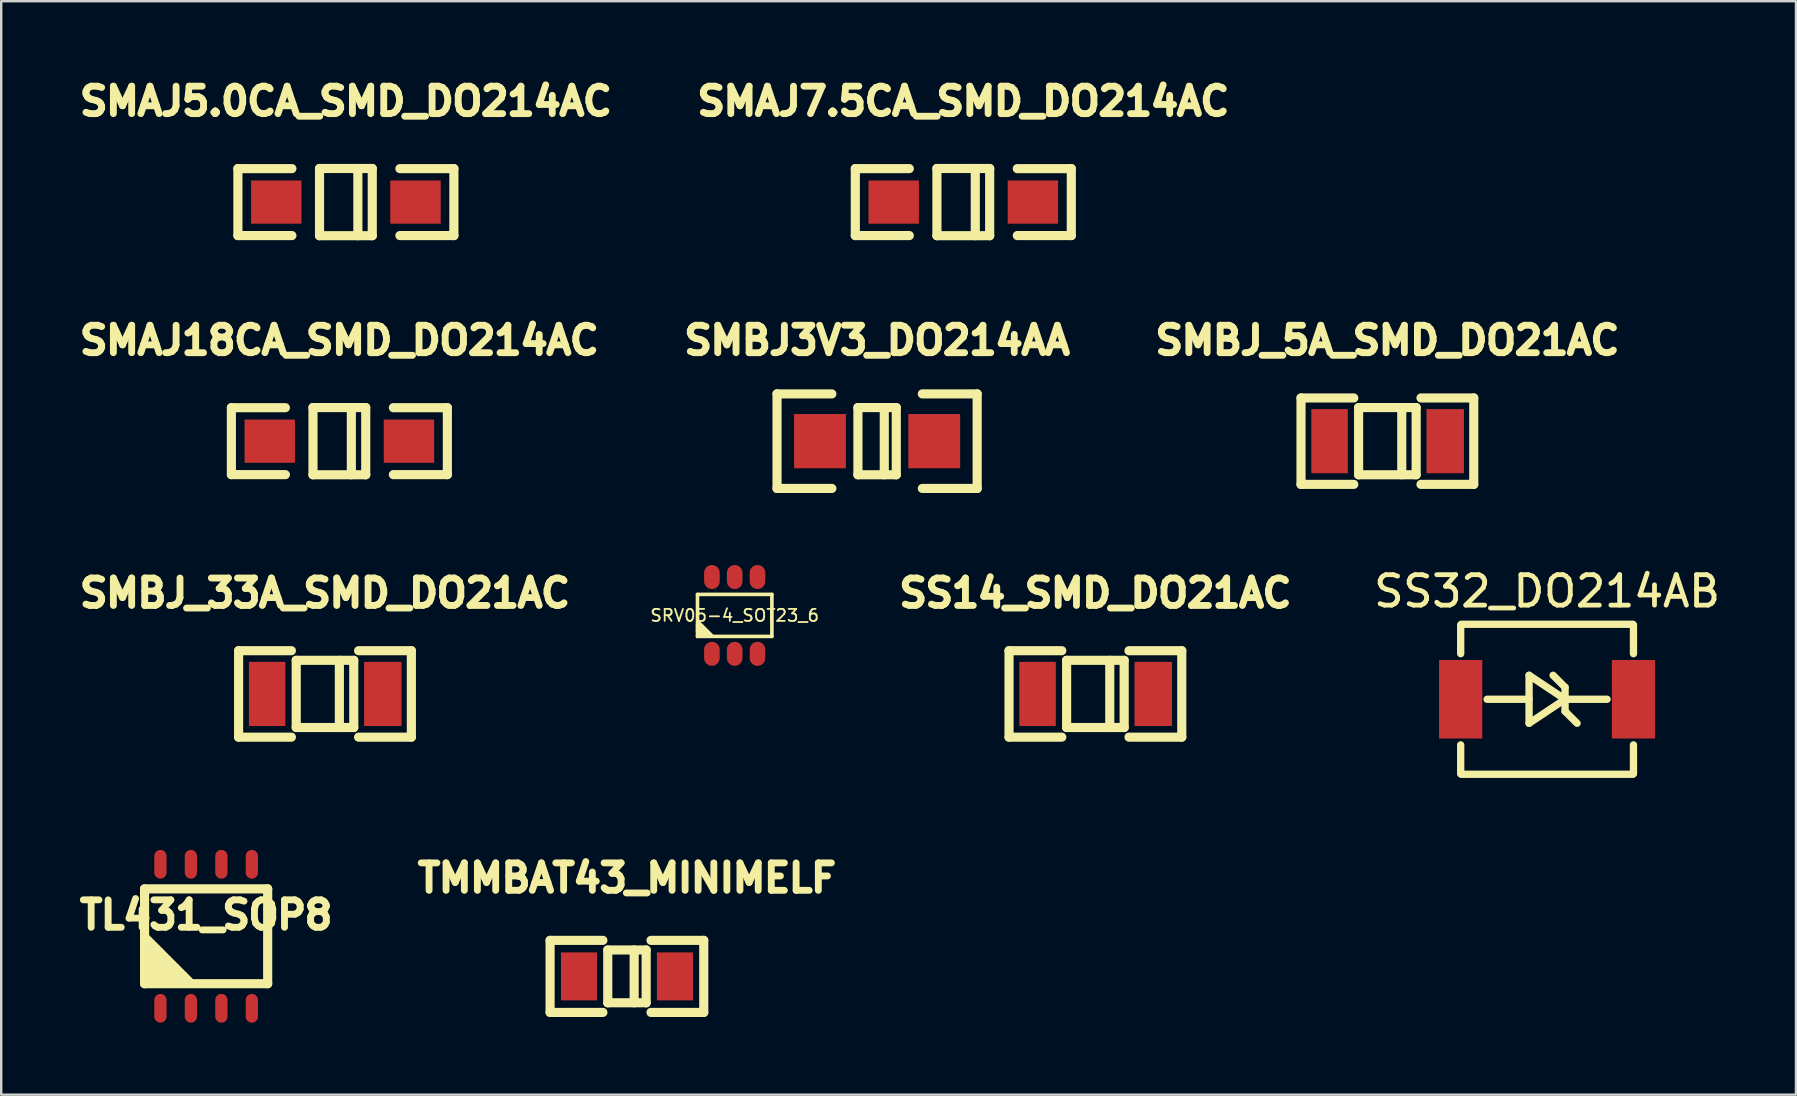
<source format=kicad_pcb>
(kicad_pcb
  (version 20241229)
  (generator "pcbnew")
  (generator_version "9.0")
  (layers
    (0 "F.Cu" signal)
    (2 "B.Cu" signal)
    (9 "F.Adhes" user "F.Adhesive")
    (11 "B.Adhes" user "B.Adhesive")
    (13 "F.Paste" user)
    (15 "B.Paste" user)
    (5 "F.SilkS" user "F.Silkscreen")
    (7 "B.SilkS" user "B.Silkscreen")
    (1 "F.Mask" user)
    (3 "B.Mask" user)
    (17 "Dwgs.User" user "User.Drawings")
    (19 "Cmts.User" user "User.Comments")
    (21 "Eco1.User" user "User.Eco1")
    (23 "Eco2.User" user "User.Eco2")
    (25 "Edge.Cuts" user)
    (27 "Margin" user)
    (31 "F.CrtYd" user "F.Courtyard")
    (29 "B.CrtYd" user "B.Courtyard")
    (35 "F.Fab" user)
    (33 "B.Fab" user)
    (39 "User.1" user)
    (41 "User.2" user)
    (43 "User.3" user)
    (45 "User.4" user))
  (footprint "SMBJ_33A_SMD_DO21AC"
    (layer "F.Cu")
    (at 10.492 25.865)
    (property "Reference" "SMBJ_33A_SMD_DO21AC" (at 0 -4.201 0) (layer "F.SilkS") (effects (font (size 1.143 1.143) (thickness 0.287))))
    (attr through_hole)
    (fp_line (start -3.599 -1.801) (end -3.599 1.801) (stroke (width 0.381) (type solid)) (layer "F.SilkS"))
    (fp_line (start -3.599 1.801) (end -1.4 1.801) (stroke (width 0.381) (type solid)) (layer "F.SilkS"))
    (fp_line (start -1.4 -1.801) (end -3.599 -1.801) (stroke (width 0.381) (type solid)) (layer "F.SilkS"))
    (fp_line (start -1.199 -1.4) (end -1.199 1.4) (stroke (width 0.381) (type solid)) (layer "F.SilkS"))
    (fp_line (start -1.199 1.4) (end 1.199 1.4) (stroke (width 0.381) (type solid)) (layer "F.SilkS"))
    (fp_line (start 0.599 -1.4) (end 0.599 1.4) (stroke (width 0.381) (type solid)) (layer "F.SilkS"))
    (fp_line (start 1.199 -1.4) (end -1.199 -1.4) (stroke (width 0.381) (type solid)) (layer "F.SilkS"))
    (fp_line (start 1.199 1.4) (end 1.199 -1.4) (stroke (width 0.381) (type solid)) (layer "F.SilkS"))
    (fp_line (start 1.4 -1.801) (end 3.599 -1.801) (stroke (width 0.381) (type solid)) (layer "F.SilkS"))
    (fp_line (start 3.599 -1.801) (end 3.599 1.801) (stroke (width 0.381) (type solid)) (layer "F.SilkS"))
    (fp_line (start 3.599 1.801) (end 1.4 1.801) (stroke (width 0.381) (type solid)) (layer "F.SilkS"))
    (pad "1" smd rect (at -2.41 0) (size 1.519 2.672) (layers "F.Cu" "F.Mask" "F.Paste"))
    (pad "2" smd rect (at 2.41 0) (size 1.56 2.672) (layers "F.Cu" "F.Mask" "F.Paste")))
  (footprint "SS32_DO214AB"
    (layer "F.Cu")
    (at 61.415 26.088)
    (property "Reference" "SS32_DO214AB" (at 0 -4.5 0) (layer "F.SilkS") (effects (font (size 1.27 1.27) (thickness 0.2))))
    (attr smd)
    (fp_line (start -3.6 -3.1) (end -3.6 -1.9) (stroke (width 0.305) (type solid)) (layer "F.SilkS"))
    (fp_line (start -3.6 3.1) (end -3.6 1.9) (stroke (width 0.305) (type solid)) (layer "F.SilkS"))
    (fp_line (start -3.575 3.125) (end 3.575 3.125) (stroke (width 0.305) (type solid)) (layer "F.SilkS"))
    (fp_line (start -0.75 -1) (end -0.75 1) (stroke (width 0.305) (type solid)) (layer "F.SilkS"))
    (fp_line (start -0.75 0) (end -2.5 0) (stroke (width 0.305) (type solid)) (layer "F.SilkS"))
    (fp_line (start -0.75 1) (end 0.75 0) (stroke (width 0.305) (type solid)) (layer "F.SilkS"))
    (fp_line (start -0.012 0.475) (end 0.623 0) (stroke (width 0.127) (type solid)) (layer "F.SilkS"))
    (fp_line (start 0.25 -1) (end 0.75 -0.5) (stroke (width 0.305) (type solid)) (layer "F.SilkS"))
    (fp_line (start 0.623 0) (end -0.012 -0.475) (stroke (width 0.127) (type solid)) (layer "F.SilkS"))
    (fp_line (start 0.75 -0.5) (end 0.75 0.5) (stroke (width 0.305) (type solid)) (layer "F.SilkS"))
    (fp_line (start 0.75 0) (end -0.75 -1) (stroke (width 0.305) (type solid)) (layer "F.SilkS"))
    (fp_line (start 0.75 0) (end 2.5 0) (stroke (width 0.305) (type solid)) (layer "F.SilkS"))
    (fp_line (start 0.75 0.5) (end 1.25 1) (stroke (width 0.305) (type solid)) (layer "F.SilkS"))
    (fp_line (start 3.575 -3.125) (end -3.575 -3.125) (stroke (width 0.305) (type solid)) (layer "F.SilkS"))
    (fp_line (start 3.6 -3.1) (end 3.6 -1.9) (stroke (width 0.305) (type solid)) (layer "F.SilkS"))
    (fp_line (start 3.6 3.1) (end 3.6 1.9) (stroke (width 0.305) (type solid)) (layer "F.SilkS"))
    (pad "1" smd rect (at 3.6 0) (size 1.801 3.27) (layers "F.Cu" "F.Mask" "F.Paste"))
    (pad "2" smd rect (at -3.6 0) (size 1.801 3.27) (layers "F.Cu" "F.Mask" "F.Paste")))
  (footprint "SMAJ7.5CA_SMD_DO214AC"
    (layer "F.Cu")
    (at 37.09 5.371)
    (property "Reference" "SMAJ7.5CA_SMD_DO214AC" (at 0 -4.201 0) (layer "F.SilkS") (effects (font (size 1.143 1.143) (thickness 0.287))))
    (attr through_hole)
    (fp_line (start -4.5 -1.395) (end -4.5 1.395) (stroke (width 0.381) (type solid)) (layer "F.SilkS"))
    (fp_line (start -4.5 1.395) (end -2.25 1.395) (stroke (width 0.381) (type solid)) (layer "F.SilkS"))
    (fp_line (start -2.25 -1.395) (end -4.5 -1.395) (stroke (width 0.381) (type solid)) (layer "F.SilkS"))
    (fp_line (start -1.1 -1.4) (end 1.1 -1.4) (stroke (width 0.381) (type solid)) (layer "F.SilkS"))
    (fp_line (start -1.099 -1.4) (end -1.099 1.4) (stroke (width 0.381) (type solid)) (layer "F.SilkS"))
    (fp_line (start 0.499 -1.4) (end 0.499 1.4) (stroke (width 0.381) (type solid)) (layer "F.SilkS"))
    (fp_line (start 1.099 1.4) (end 1.099 -1.4) (stroke (width 0.381) (type solid)) (layer "F.SilkS"))
    (fp_line (start 1.1 1.4) (end -1.1 1.4) (stroke (width 0.381) (type solid)) (layer "F.SilkS"))
    (fp_line (start 2.25 -1.395) (end 4.5 -1.395) (stroke (width 0.381) (type solid)) (layer "F.SilkS"))
    (fp_line (start 4.5 -1.395) (end 4.5 1.395) (stroke (width 0.381) (type solid)) (layer "F.SilkS"))
    (fp_line (start 4.5 1.395) (end 2.25 1.395) (stroke (width 0.381) (type solid)) (layer "F.SilkS"))
    (pad "1" smd rect (at -2.9 0) (size 2.1 1.8) (layers "F.Cu" "F.Mask" "F.Paste"))
    (pad "2" smd rect (at 2.9 0) (size 2.1 1.8) (layers "F.Cu" "F.Mask" "F.Paste")))
  (footprint "TMMBAT43_MINIMELF"
    (layer "F.Cu")
    (at 23.075 37.635)
    (property "Reference" "TMMBAT43_MINIMELF" (at 0 -4.1 0) (layer "F.SilkS") (effects (font (size 1.143 1.143) (thickness 0.287))))
    (attr through_hole)
    (fp_line (start -3.203 -1.501) (end -3.203 1.501) (stroke (width 0.381) (type solid)) (layer "F.SilkS"))
    (fp_line (start -3.203 1.501) (end -1.003 1.501) (stroke (width 0.381) (type solid)) (layer "F.SilkS"))
    (fp_line (start -1.003 -1.501) (end -3.203 -1.501) (stroke (width 0.381) (type solid)) (layer "F.SilkS"))
    (fp_line (start -0.8 -1.1) (end -0.8 1.1) (stroke (width 0.381) (type solid)) (layer "F.SilkS"))
    (fp_line (start -0.8 1.1) (end 0.8 1.1) (stroke (width 0.381) (type solid)) (layer "F.SilkS"))
    (fp_line (start 0.3 -1.1) (end 0.3 1.1) (stroke (width 0.381) (type solid)) (layer "F.SilkS"))
    (fp_line (start 0.8 -1.1) (end -0.8 -1.1) (stroke (width 0.381) (type solid)) (layer "F.SilkS"))
    (fp_line (start 0.8 1.1) (end 0.8 -1.1) (stroke (width 0.381) (type solid)) (layer "F.SilkS"))
    (fp_line (start 1.001 -1.501) (end 3.2 -1.501) (stroke (width 0.381) (type solid)) (layer "F.SilkS"))
    (fp_line (start 3.2 -1.501) (end 3.2 1.501) (stroke (width 0.381) (type solid)) (layer "F.SilkS"))
    (fp_line (start 3.2 1.501) (end 1.001 1.501) (stroke (width 0.381) (type solid)) (layer "F.SilkS"))
    (pad "1" smd rect (at -1.999 0) (size 1.501 1.999) (layers "F.Cu" "F.Mask" "F.Paste"))
    (pad "2" smd rect (at 1.999 0) (size 1.501 1.999) (layers "F.Cu" "F.Mask" "F.Paste")))
  (footprint "SMBJ_5A_SMD_DO21AC"
    (layer "F.Cu")
    (at 54.761 15.333)
    (property "Reference" "SMBJ_5A_SMD_DO21AC" (at 0 -4.201 0) (layer "F.SilkS") (effects (font (size 1.143 1.143) (thickness 0.287))))
    (attr through_hole)
    (fp_line (start -3.599 -1.801) (end -3.599 1.801) (stroke (width 0.381) (type solid)) (layer "F.SilkS"))
    (fp_line (start -3.599 1.801) (end -1.4 1.801) (stroke (width 0.381) (type solid)) (layer "F.SilkS"))
    (fp_line (start -1.4 -1.801) (end -3.599 -1.801) (stroke (width 0.381) (type solid)) (layer "F.SilkS"))
    (fp_line (start -1.199 -1.4) (end -1.199 1.4) (stroke (width 0.381) (type solid)) (layer "F.SilkS"))
    (fp_line (start -1.199 1.4) (end 1.199 1.4) (stroke (width 0.381) (type solid)) (layer "F.SilkS"))
    (fp_line (start 0.599 -1.4) (end 0.599 1.4) (stroke (width 0.381) (type solid)) (layer "F.SilkS"))
    (fp_line (start 1.199 -1.4) (end -1.199 -1.4) (stroke (width 0.381) (type solid)) (layer "F.SilkS"))
    (fp_line (start 1.199 1.4) (end 1.199 -1.4) (stroke (width 0.381) (type solid)) (layer "F.SilkS"))
    (fp_line (start 1.4 -1.801) (end 3.599 -1.801) (stroke (width 0.381) (type solid)) (layer "F.SilkS"))
    (fp_line (start 3.599 -1.801) (end 3.599 1.801) (stroke (width 0.381) (type solid)) (layer "F.SilkS"))
    (fp_line (start 3.599 1.801) (end 1.4 1.801) (stroke (width 0.381) (type solid)) (layer "F.SilkS"))
    (pad "1" smd rect (at -2.41 0) (size 1.519 2.672) (layers "F.Cu" "F.Mask" "F.Paste"))
    (pad "2" smd rect (at 2.41 0) (size 1.56 2.672) (layers "F.Cu" "F.Mask" "F.Paste")))
  (footprint "SS14_SMD_DO21AC"
    (layer "F.Cu")
    (at 42.594 25.865)
    (property "Reference" "SS14_SMD_DO21AC" (at 0 -4.201 0) (layer "F.SilkS") (effects (font (size 1.143 1.143) (thickness 0.287))))
    (attr through_hole)
    (fp_line (start -3.599 -1.801) (end -3.599 1.801) (stroke (width 0.381) (type solid)) (layer "F.SilkS"))
    (fp_line (start -3.599 1.801) (end -1.4 1.801) (stroke (width 0.381) (type solid)) (layer "F.SilkS"))
    (fp_line (start -1.4 -1.801) (end -3.599 -1.801) (stroke (width 0.381) (type solid)) (layer "F.SilkS"))
    (fp_line (start -1.199 -1.4) (end -1.199 1.4) (stroke (width 0.381) (type solid)) (layer "F.SilkS"))
    (fp_line (start -1.199 1.4) (end 1.199 1.4) (stroke (width 0.381) (type solid)) (layer "F.SilkS"))
    (fp_line (start 0.599 -1.4) (end 0.599 1.4) (stroke (width 0.381) (type solid)) (layer "F.SilkS"))
    (fp_line (start 1.199 -1.4) (end -1.199 -1.4) (stroke (width 0.381) (type solid)) (layer "F.SilkS"))
    (fp_line (start 1.199 1.4) (end 1.199 -1.4) (stroke (width 0.381) (type solid)) (layer "F.SilkS"))
    (fp_line (start 1.4 -1.801) (end 3.599 -1.801) (stroke (width 0.381) (type solid)) (layer "F.SilkS"))
    (fp_line (start 3.599 -1.801) (end 3.599 1.801) (stroke (width 0.381) (type solid)) (layer "F.SilkS"))
    (fp_line (start 3.599 1.801) (end 1.4 1.801) (stroke (width 0.381) (type solid)) (layer "F.SilkS"))
    (pad "1" smd rect (at -2.41 0) (size 1.519 2.672) (layers "F.Cu" "F.Mask" "F.Paste"))
    (pad "2" smd rect (at 2.41 0) (size 1.56 2.672) (layers "F.Cu" "F.Mask" "F.Paste")))
  (footprint "SMBJ3V3_DO214AA"
    (layer "F.Cu")
    (at 33.498 15.333)
    (property "Reference" "SMBJ3V3_DO214AA" (at 0 -4.201 0) (layer "F.SilkS") (effects (font (size 1.143 1.143) (thickness 0.286))))
    (attr through_hole)
    (fp_line (start -4.17 -1.97) (end -4.17 1.97) (stroke (width 0.381) (type solid)) (layer "F.SilkS"))
    (fp_line (start -4.17 1.97) (end -1.885 1.97) (stroke (width 0.381) (type solid)) (layer "F.SilkS"))
    (fp_line (start -1.885 -1.97) (end -4.17 -1.97) (stroke (width 0.381) (type solid)) (layer "F.SilkS"))
    (fp_line (start -0.8 -1.4) (end 0.8 -1.4) (stroke (width 0.381) (type solid)) (layer "F.SilkS"))
    (fp_line (start -0.8 1.4) (end 0.8 1.4) (stroke (width 0.381) (type solid)) (layer "F.SilkS"))
    (fp_line (start -0.799 -1.4) (end -0.799 1.4) (stroke (width 0.381) (type solid)) (layer "F.SilkS"))
    (fp_line (start 0.299 -1.4) (end 0.299 1.4) (stroke (width 0.381) (type solid)) (layer "F.SilkS"))
    (fp_line (start 0.799 1.4) (end 0.799 -1.4) (stroke (width 0.381) (type solid)) (layer "F.SilkS"))
    (fp_line (start 1.885 -1.97) (end 4.17 -1.97) (stroke (width 0.381) (type solid)) (layer "F.SilkS"))
    (fp_line (start 4.17 -1.97) (end 4.17 1.97) (stroke (width 0.381) (type solid)) (layer "F.SilkS"))
    (fp_line (start 4.17 1.97) (end 1.885 1.97) (stroke (width 0.381) (type solid)) (layer "F.SilkS"))
    (pad "1" smd rect (at -2.38 0) (size 2.16 2.26) (layers "F.Cu" "F.Mask" "F.Paste"))
    (pad "2" smd rect (at 2.38 0) (size 2.16 2.26) (layers "F.Cu" "F.Mask" "F.Paste")))
  (footprint "TL431_SOP8"
    (layer "F.Cu")
    (at 5.539 35.964)
    (property "Reference" "TL431_SOP8" (at 0 -0.889 0) (layer "F.SilkS") (effects (font (size 1.143 1.143) (thickness 0.287))))
    (attr smd)
    (fp_line (start -2.565 -1.976) (end -2.565 1.976) (stroke (width 0.381) (type solid)) (layer "F.SilkS"))
    (fp_line (start -2.565 1.976) (end 2.565 1.976) (stroke (width 0.381) (type solid)) (layer "F.SilkS"))
    (fp_line (start -2.499 0.099) (end -0.701 1.9) (stroke (width 0.381) (type solid)) (layer "F.SilkS"))
    (fp_line (start -2.499 0.399) (end -1.001 1.9) (stroke (width 0.381) (type solid)) (layer "F.SilkS"))
    (fp_line (start -2.499 0.701) (end -1.4 1.801) (stroke (width 0.381) (type solid)) (layer "F.SilkS"))
    (fp_line (start -2.499 1.1) (end -1.699 1.9) (stroke (width 0.381) (type solid)) (layer "F.SilkS"))
    (fp_line (start -2.499 1.4) (end -1.999 1.9) (stroke (width 0.381) (type solid)) (layer "F.SilkS"))
    (fp_line (start 2.565 -1.976) (end -2.565 -1.976) (stroke (width 0.381) (type solid)) (layer "F.SilkS"))
    (fp_line (start 2.565 1.976) (end 2.565 -1.976) (stroke (width 0.381) (type solid)) (layer "F.SilkS"))
    (pad "A" smd oval (at -0.635 -3) (size 0.511 1.199) (layers "F.Cu" "F.Mask" "F.Paste"))
    (pad "A" smd oval (at -0.635 3) (size 0.511 1.199) (layers "F.Cu" "F.Mask" "F.Paste"))
    (pad "A" smd oval (at 0.635 -3) (size 0.511 1.199) (layers "F.Cu" "F.Mask" "F.Paste"))
    (pad "A" smd oval (at 0.635 3) (size 0.511 1.199) (layers "F.Cu" "F.Mask" "F.Paste"))
    (pad "C" smd oval (at -1.905 3) (size 0.511 1.199) (layers "F.Cu" "F.Mask" "F.Paste"))
    (pad "NC" smd oval (at 1.905 -3) (size 0.511 1.199) (layers "F.Cu" "F.Mask" "F.Paste"))
    (pad "NC" smd oval (at 1.905 3) (size 0.511 1.199) (layers "F.Cu" "F.Mask" "F.Paste"))
    (pad "R" smd oval (at -1.905 -3) (size 0.511 1.199) (layers "F.Cu" "F.Mask" "F.Paste")))
  (footprint "SMAJ5.0CA_SMD_DO214AC"
    (layer "F.Cu")
    (at 11.363 5.371)
    (property "Reference" "SMAJ5.0CA_SMD_DO214AC" (at 0 -4.201 0) (layer "F.SilkS") (effects (font (size 1.143 1.143) (thickness 0.287))))
    (attr through_hole)
    (fp_line (start -4.5 -1.395) (end -4.5 1.395) (stroke (width 0.381) (type solid)) (layer "F.SilkS"))
    (fp_line (start -4.5 1.395) (end -2.25 1.395) (stroke (width 0.381) (type solid)) (layer "F.SilkS"))
    (fp_line (start -2.25 -1.395) (end -4.5 -1.395) (stroke (width 0.381) (type solid)) (layer "F.SilkS"))
    (fp_line (start -1.1 -1.4) (end 1.1 -1.4) (stroke (width 0.381) (type solid)) (layer "F.SilkS"))
    (fp_line (start -1.099 -1.4) (end -1.099 1.4) (stroke (width 0.381) (type solid)) (layer "F.SilkS"))
    (fp_line (start 0.499 -1.4) (end 0.499 1.4) (stroke (width 0.381) (type solid)) (layer "F.SilkS"))
    (fp_line (start 1.099 1.4) (end 1.099 -1.4) (stroke (width 0.381) (type solid)) (layer "F.SilkS"))
    (fp_line (start 1.1 1.4) (end -1.1 1.4) (stroke (width 0.381) (type solid)) (layer "F.SilkS"))
    (fp_line (start 2.25 -1.395) (end 4.5 -1.395) (stroke (width 0.381) (type solid)) (layer "F.SilkS"))
    (fp_line (start 4.5 -1.395) (end 4.5 1.395) (stroke (width 0.381) (type solid)) (layer "F.SilkS"))
    (fp_line (start 4.5 1.395) (end 2.25 1.395) (stroke (width 0.381) (type solid)) (layer "F.SilkS"))
    (pad "1" smd rect (at -2.9 0) (size 2.1 1.8) (layers "F.Cu" "F.Mask" "F.Paste"))
    (pad "2" smd rect (at 2.9 0) (size 2.1 1.8) (layers "F.Cu" "F.Mask" "F.Paste")))
  (footprint "SRV05-4_SOT23_6"
    (layer "F.Cu")
    (at 27.564 22.594)
    (property "Reference" "SRV05-4_SOT23_6" (at 0 0 0) (layer "F.SilkS") (effects (font (size 0.5 0.5) (thickness 0.076))))
    (attr through_hole)
    (fp_line (start -1.55 -0.875) (end -1.55 0.875) (stroke (width 0.15) (type solid)) (layer "F.SilkS"))
    (fp_line (start -1.55 0.4) (end -1.1 0.85) (stroke (width 0.15) (type solid)) (layer "F.SilkS"))
    (fp_line (start -1.55 0.5) (end -1.2 0.85) (stroke (width 0.15) (type solid)) (layer "F.SilkS"))
    (fp_line (start -1.55 0.65) (end -1.35 0.85) (stroke (width 0.15) (type solid)) (layer "F.SilkS"))
    (fp_line (start -1.55 0.875) (end 1.55 0.875) (stroke (width 0.15) (type solid)) (layer "F.SilkS"))
    (fp_line (start -1.5 0.3) (end -0.95 0.85) (stroke (width 0.15) (type solid)) (layer "F.SilkS"))
    (fp_line (start 1.55 -0.875) (end -1.55 -0.875) (stroke (width 0.15) (type solid)) (layer "F.SilkS"))
    (fp_line (start 1.55 0.875) (end 1.55 -0.875) (stroke (width 0.15) (type solid)) (layer "F.SilkS"))
    (pad "1" smd oval (at -0.95 1.6) (size 0.65 1.001) (layers "F.Cu" "F.Mask" "F.Paste"))
    (pad "2" smd oval (at 0 1.6) (size 0.65 1.001) (layers "F.Cu" "F.Mask" "F.Paste"))
    (pad "3" smd oval (at 0.95 1.6) (size 0.65 1.001) (layers "F.Cu" "F.Mask" "F.Paste"))
    (pad "4" smd oval (at 0.95 -1.6) (size 0.65 1.001) (layers "F.Cu" "F.Mask" "F.Paste"))
    (pad "5" smd oval (at 0 -1.6) (size 0.65 1.001) (layers "F.Cu" "F.Mask" "F.Paste"))
    (pad "6" smd oval (at -0.95 -1.6) (size 0.65 1.001) (layers "F.Cu" "F.Mask" "F.Paste")))
  (footprint "SMAJ18CA_SMD_DO214AC"
    (layer "F.Cu")
    (at 11.091 15.333)
    (property "Reference" "SMAJ18CA_SMD_DO214AC" (at 0 -4.201 0) (layer "F.SilkS") (effects (font (size 1.143 1.143) (thickness 0.287))))
    (attr through_hole)
    (fp_line (start -4.5 -1.395) (end -4.5 1.395) (stroke (width 0.381) (type solid)) (layer "F.SilkS"))
    (fp_line (start -4.5 1.395) (end -2.25 1.395) (stroke (width 0.381) (type solid)) (layer "F.SilkS"))
    (fp_line (start -2.25 -1.395) (end -4.5 -1.395) (stroke (width 0.381) (type solid)) (layer "F.SilkS"))
    (fp_line (start -1.1 -1.4) (end 1.1 -1.4) (stroke (width 0.381) (type solid)) (layer "F.SilkS"))
    (fp_line (start -1.099 -1.4) (end -1.099 1.4) (stroke (width 0.381) (type solid)) (layer "F.SilkS"))
    (fp_line (start 0.499 -1.4) (end 0.499 1.4) (stroke (width 0.381) (type solid)) (layer "F.SilkS"))
    (fp_line (start 1.099 1.4) (end 1.099 -1.4) (stroke (width 0.381) (type solid)) (layer "F.SilkS"))
    (fp_line (start 1.1 1.4) (end -1.1 1.4) (stroke (width 0.381) (type solid)) (layer "F.SilkS"))
    (fp_line (start 2.25 -1.395) (end 4.5 -1.395) (stroke (width 0.381) (type solid)) (layer "F.SilkS"))
    (fp_line (start 4.5 -1.395) (end 4.5 1.395) (stroke (width 0.381) (type solid)) (layer "F.SilkS"))
    (fp_line (start 4.5 1.395) (end 2.25 1.395) (stroke (width 0.381) (type solid)) (layer "F.SilkS"))
    (pad "1" smd rect (at -2.9 0) (size 2.1 1.8) (layers "F.Cu" "F.Mask" "F.Paste"))
    (pad "2" smd rect (at 2.9 0) (size 2.1 1.8) (layers "F.Cu" "F.Mask" "F.Paste")))
  (gr_rect
    (start -3 -3)
    (end 71.785 42.563)
    (stroke (width 0.1) (type default))
    (fill no)
    (layer "Edge.Cuts")))
</source>
